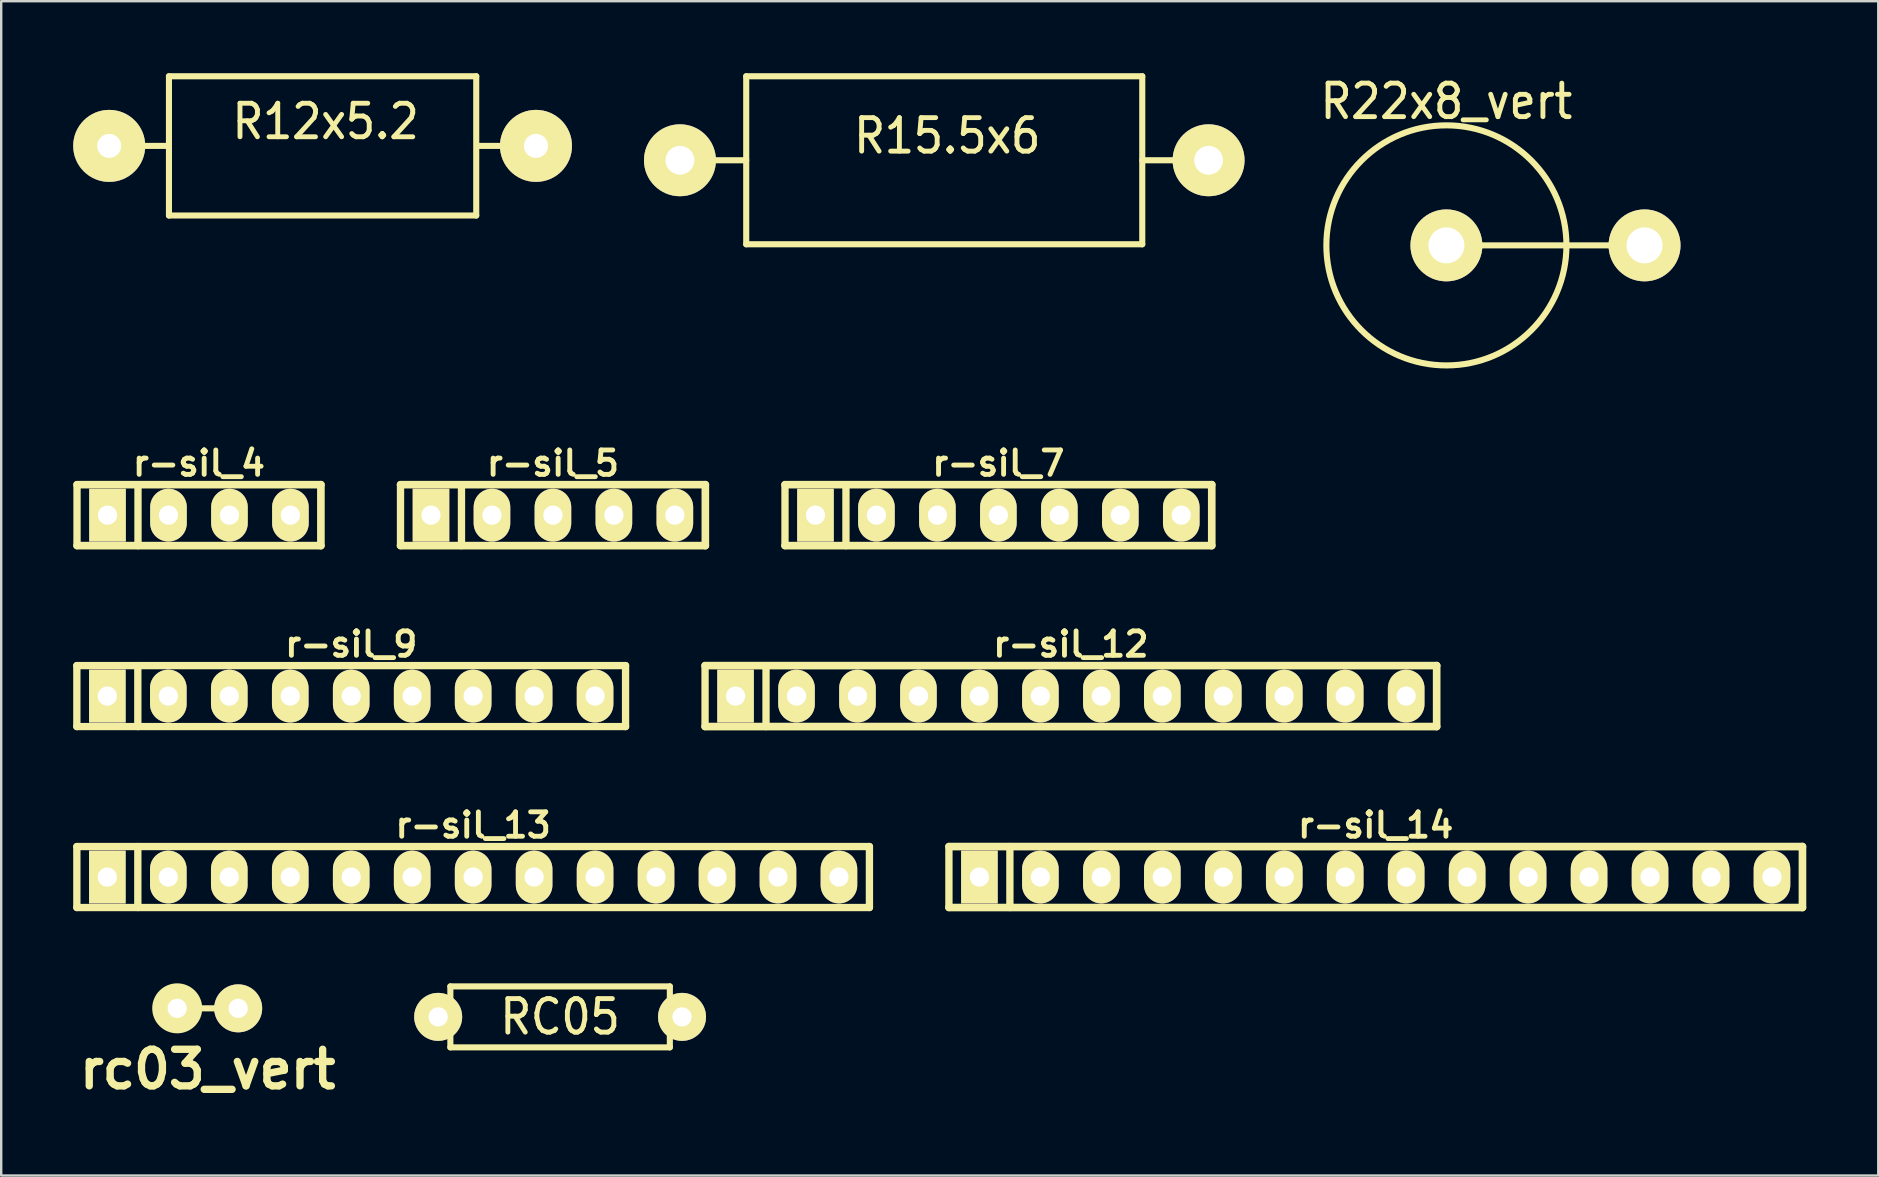
<source format=kicad_pcb>
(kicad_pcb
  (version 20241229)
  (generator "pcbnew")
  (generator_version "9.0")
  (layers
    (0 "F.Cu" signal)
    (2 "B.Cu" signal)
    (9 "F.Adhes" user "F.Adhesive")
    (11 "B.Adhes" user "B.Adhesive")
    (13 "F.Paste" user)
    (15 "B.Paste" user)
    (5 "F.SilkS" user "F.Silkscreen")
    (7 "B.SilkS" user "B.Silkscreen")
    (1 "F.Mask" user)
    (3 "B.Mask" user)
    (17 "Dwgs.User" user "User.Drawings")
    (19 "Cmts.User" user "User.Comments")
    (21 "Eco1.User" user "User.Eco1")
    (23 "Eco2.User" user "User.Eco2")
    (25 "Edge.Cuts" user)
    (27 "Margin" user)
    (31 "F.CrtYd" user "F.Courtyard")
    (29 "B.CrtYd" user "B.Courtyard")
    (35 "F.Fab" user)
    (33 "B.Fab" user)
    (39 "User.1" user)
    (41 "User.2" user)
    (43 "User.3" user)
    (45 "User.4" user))
  (footprint "r-sil_4"
    (layer "F.Cu")
    (at 5.239 18.412)
    (property "Reference" "r-sil_4" (at 0 -2.159 0) (layer "F.SilkS") (effects (font (size 1.016 1.016) (thickness 0.203))))
    (attr through_hole)
    (fp_line (start -5.08 -1.27) (end 5.08 -1.27) (stroke (width 0.318) (type solid)) (layer "F.SilkS"))
    (fp_line (start -5.08 1.27) (end -5.08 -1.27) (stroke (width 0.305) (type solid)) (layer "F.SilkS"))
    (fp_line (start -2.54 -1.27) (end -2.54 1.27) (stroke (width 0.305) (type solid)) (layer "F.SilkS"))
    (fp_line (start 5.08 -1.27) (end 5.08 1.27) (stroke (width 0.318) (type solid)) (layer "F.SilkS"))
    (fp_line (start 5.08 1.27) (end -5.08 1.27) (stroke (width 0.318) (type solid)) (layer "F.SilkS"))
    (pad "1" thru_hole rect (at -3.81 0) (size 1.524 2.197) (drill 0.8) (layers "*.Cu" "*.Mask" "F.SilkS"))
    (pad "2" thru_hole oval (at -1.27 0) (size 1.524 2.197) (drill 0.8) (layers "*.Cu" "*.Mask" "F.SilkS"))
    (pad "3" thru_hole oval (at 1.27 0) (size 1.524 2.197) (drill 0.8) (layers "*.Cu" "*.Mask" "F.SilkS"))
    (pad "4" thru_hole oval (at 3.81 0) (size 1.524 2.197) (drill 0.8) (layers "*.Cu" "*.Mask" "F.SilkS")))
  (footprint "R22x8_vert"
    (layer "F.Cu")
    (at 57.21 7.173)
    (property "Reference" "R22x8_vert" (at 0 -5.999 0) (layer "F.SilkS") (effects (font (size 1.397 1.27) (thickness 0.203))))
    (attr through_hole)
    (fp_line (start 0 0) (end 8.301 0) (stroke (width 0.254) (type solid)) (layer "F.SilkS"))
    (fp_circle (center 0 0) (end -5.001 0) (stroke (width 0.254) (type solid)) (fill no) (layer "F.SilkS"))
    (pad "1" thru_hole circle (at 0 0) (size 2.997 2.997) (drill 1.499) (layers "*.Cu" "*.Mask" "F.SilkS"))
    (pad "2" thru_hole circle (at 8.255 0) (size 2.997 2.997) (drill 1.499) (layers "*.Cu" "*.Mask" "F.SilkS")))
  (footprint "R15.5x6"
    (layer "F.Cu")
    (at 36.289 3.627)
    (property "Reference" "R15.5x6" (at 0.127 -1.016 0) (layer "F.SilkS") (effects (font (size 1.397 1.27) (thickness 0.203))))
    (attr through_hole)
    (fp_line (start -8.25 -3.5) (end -8.25 3.5) (stroke (width 0.254) (type solid)) (layer "F.SilkS"))
    (fp_line (start -8.25 0) (end -11.001 0) (stroke (width 0.254) (type solid)) (layer "F.SilkS"))
    (fp_line (start -8.25 3.5) (end 8.25 3.5) (stroke (width 0.254) (type solid)) (layer "F.SilkS"))
    (fp_line (start 8.25 -3.5) (end -8.25 -3.5) (stroke (width 0.254) (type solid)) (layer "F.SilkS"))
    (fp_line (start 8.25 0) (end 11.001 0) (stroke (width 0.254) (type solid)) (layer "F.SilkS"))
    (fp_line (start 8.25 3.5) (end 8.25 -3.5) (stroke (width 0.254) (type solid)) (layer "F.SilkS"))
    (pad "1" thru_hole circle (at -11.011 0) (size 2.997 2.997) (drill 1.199) (layers "*.Cu" "*.Mask" "F.SilkS"))
    (pad "2" thru_hole circle (at 11.013 0) (size 2.997 2.997) (drill 1.199) (layers "*.Cu" "*.Mask" "F.SilkS")))
  (footprint "r-sil_13"
    (layer "F.Cu")
    (at 16.662 33.489)
    (property "Reference" "r-sil_13" (at 0 -2.159 0) (layer "F.SilkS") (effects (font (size 1.016 1.016) (thickness 0.203))))
    (attr through_hole)
    (fp_line (start -16.51 -1.27) (end 16.51 -1.27) (stroke (width 0.305) (type solid)) (layer "F.SilkS"))
    (fp_line (start -16.51 1.27) (end -16.51 -1.27) (stroke (width 0.305) (type solid)) (layer "F.SilkS"))
    (fp_line (start -13.97 -1.27) (end -13.97 1.27) (stroke (width 0.305) (type solid)) (layer "F.SilkS"))
    (fp_line (start 16.51 -1.27) (end 16.51 1.27) (stroke (width 0.305) (type solid)) (layer "F.SilkS"))
    (fp_line (start 16.51 1.27) (end -16.51 1.27) (stroke (width 0.305) (type solid)) (layer "F.SilkS"))
    (pad "1" thru_hole rect (at -15.24 0) (size 1.524 2.197) (drill 0.8) (layers "*.Cu" "*.Mask" "F.SilkS"))
    (pad "2" thru_hole oval (at -12.7 0) (size 1.524 2.197) (drill 0.8) (layers "*.Cu" "*.Mask" "F.SilkS"))
    (pad "3" thru_hole oval (at -10.16 0) (size 1.524 2.197) (drill 0.8) (layers "*.Cu" "*.Mask" "F.SilkS"))
    (pad "4" thru_hole oval (at -7.62 0) (size 1.524 2.197) (drill 0.8) (layers "*.Cu" "*.Mask" "F.SilkS"))
    (pad "5" thru_hole oval (at -5.08 0) (size 1.524 2.197) (drill 0.8) (layers "*.Cu" "*.Mask" "F.SilkS"))
    (pad "6" thru_hole oval (at -2.54 0) (size 1.524 2.197) (drill 0.8) (layers "*.Cu" "*.Mask" "F.SilkS"))
    (pad "7" thru_hole oval (at 0 0) (size 1.524 2.197) (drill 0.8) (layers "*.Cu" "*.Mask" "F.SilkS"))
    (pad "8" thru_hole oval (at 2.54 0) (size 1.524 2.197) (drill 0.8) (layers "*.Cu" "*.Mask" "F.SilkS"))
    (pad "9" thru_hole oval (at 5.08 0) (size 1.524 2.197) (drill 0.8) (layers "*.Cu" "*.Mask" "F.SilkS"))
    (pad "10" thru_hole oval (at 7.62 0) (size 1.524 2.197) (drill 0.8) (layers "*.Cu" "*.Mask" "F.SilkS"))
    (pad "11" thru_hole oval (at 10.16 0) (size 1.524 2.197) (drill 0.8) (layers "*.Cu" "*.Mask" "F.SilkS"))
    (pad "12" thru_hole oval (at 12.7 0) (size 1.524 2.197) (drill 0.8) (layers "*.Cu" "*.Mask" "F.SilkS"))
    (pad "13" thru_hole oval (at 15.24 0) (size 1.524 2.197) (drill 0.8) (layers "*.Cu" "*.Mask" "F.SilkS")))
  (footprint "r-sil_12"
    (layer "F.Cu")
    (at 41.564 25.95)
    (property "Reference" "r-sil_12" (at 0 -2.159 0) (layer "F.SilkS") (effects (font (size 1.016 1.016) (thickness 0.203))))
    (attr through_hole)
    (fp_line (start -15.24 -1.27) (end 15.24 -1.27) (stroke (width 0.318) (type solid)) (layer "F.SilkS"))
    (fp_line (start -15.24 1.27) (end -15.24 -1.27) (stroke (width 0.305) (type solid)) (layer "F.SilkS"))
    (fp_line (start -12.7 -1.27) (end -12.7 1.27) (stroke (width 0.305) (type solid)) (layer "F.SilkS"))
    (fp_line (start 15.24 -1.27) (end 15.24 1.27) (stroke (width 0.318) (type solid)) (layer "F.SilkS"))
    (fp_line (start 15.24 1.27) (end -15.24 1.27) (stroke (width 0.318) (type solid)) (layer "F.SilkS"))
    (pad "1" thru_hole rect (at -13.97 0) (size 1.524 2.197) (drill 0.8) (layers "*.Cu" "*.Mask" "F.SilkS"))
    (pad "2" thru_hole oval (at -11.43 0) (size 1.524 2.197) (drill 0.8) (layers "*.Cu" "*.Mask" "F.SilkS"))
    (pad "3" thru_hole oval (at -8.89 0) (size 1.524 2.197) (drill 0.8) (layers "*.Cu" "*.Mask" "F.SilkS"))
    (pad "4" thru_hole oval (at -6.35 0) (size 1.524 2.197) (drill 0.8) (layers "*.Cu" "*.Mask" "F.SilkS"))
    (pad "5" thru_hole oval (at -3.81 0) (size 1.524 2.197) (drill 0.8) (layers "*.Cu" "*.Mask" "F.SilkS"))
    (pad "6" thru_hole oval (at -1.27 0) (size 1.524 2.197) (drill 0.8) (layers "*.Cu" "*.Mask" "F.SilkS"))
    (pad "7" thru_hole oval (at 1.27 0) (size 1.524 2.197) (drill 0.8) (layers "*.Cu" "*.Mask" "F.SilkS"))
    (pad "8" thru_hole oval (at 3.81 0) (size 1.524 2.197) (drill 0.8) (layers "*.Cu" "*.Mask" "F.SilkS"))
    (pad "9" thru_hole oval (at 6.35 0) (size 1.524 2.197) (drill 0.8) (layers "*.Cu" "*.Mask" "F.SilkS"))
    (pad "10" thru_hole oval (at 8.89 0) (size 1.524 2.197) (drill 0.8) (layers "*.Cu" "*.Mask" "F.SilkS"))
    (pad "11" thru_hole oval (at 11.43 0) (size 1.524 2.197) (drill 0.8) (layers "*.Cu" "*.Mask" "F.SilkS"))
    (pad "12" thru_hole oval (at 13.97 0) (size 1.524 2.197) (drill 0.8) (layers "*.Cu" "*.Mask" "F.SilkS")))
  (footprint "R12x5.2"
    (layer "F.Cu")
    (at 10.39 3.028)
    (property "Reference" "R12x5.2" (at 0.127 -1.016 0) (layer "F.SilkS") (effects (font (size 1.397 1.27) (thickness 0.203))))
    (attr through_hole)
    (fp_line (start -6.452 0) (end -9.202 0) (stroke (width 0.254) (type solid)) (layer "F.SilkS"))
    (fp_line (start -6.401 -2.901) (end -6.401 2.901) (stroke (width 0.254) (type solid)) (layer "F.SilkS"))
    (fp_line (start -6.401 2.901) (end 6.401 2.901) (stroke (width 0.254) (type solid)) (layer "F.SilkS"))
    (fp_line (start 6.401 -2.901) (end -6.401 -2.901) (stroke (width 0.254) (type solid)) (layer "F.SilkS"))
    (fp_line (start 6.401 2.901) (end 6.401 -2.901) (stroke (width 0.254) (type solid)) (layer "F.SilkS"))
    (fp_line (start 6.452 0) (end 9.202 0) (stroke (width 0.254) (type solid)) (layer "F.SilkS"))
    (pad "1" thru_hole circle (at -8.89 0) (size 3 3) (drill 1.001) (layers "*.Cu" "*.Mask" "F.SilkS"))
    (pad "2" thru_hole circle (at 8.89 0) (size 3 3) (drill 1.001) (layers "*.Cu" "*.Mask" "F.SilkS")))
  (footprint "r-sil_14"
    (layer "F.Cu")
    (at 54.264 33.489)
    (property "Reference" "r-sil_14" (at 0 -2.159 0) (layer "F.SilkS") (effects (font (size 1.016 1.016) (thickness 0.203))))
    (attr through_hole)
    (fp_line (start -17.78 -1.27) (end -17.78 1.27) (stroke (width 0.305) (type solid)) (layer "F.SilkS"))
    (fp_line (start -17.78 -1.27) (end 17.78 -1.27) (stroke (width 0.318) (type solid)) (layer "F.SilkS"))
    (fp_line (start -15.24 1.27) (end -15.24 -1.27) (stroke (width 0.305) (type solid)) (layer "F.SilkS"))
    (fp_line (start 17.78 -1.27) (end 17.78 1.27) (stroke (width 0.318) (type solid)) (layer "F.SilkS"))
    (fp_line (start 17.78 1.27) (end -17.78 1.27) (stroke (width 0.318) (type solid)) (layer "F.SilkS"))
    (pad "1" thru_hole rect (at -16.51 0) (size 1.524 2.197) (drill 0.8) (layers "*.Cu" "*.Mask" "F.SilkS"))
    (pad "2" thru_hole oval (at -13.97 0) (size 1.524 2.197) (drill 0.8) (layers "*.Cu" "*.Mask" "F.SilkS"))
    (pad "3" thru_hole oval (at -11.43 0) (size 1.524 2.197) (drill 0.8) (layers "*.Cu" "*.Mask" "F.SilkS"))
    (pad "4" thru_hole oval (at -8.89 0) (size 1.524 2.197) (drill 0.8) (layers "*.Cu" "*.Mask" "F.SilkS"))
    (pad "5" thru_hole oval (at -6.35 0) (size 1.524 2.197) (drill 0.8) (layers "*.Cu" "*.Mask" "F.SilkS"))
    (pad "6" thru_hole oval (at -3.81 0) (size 1.524 2.197) (drill 0.8) (layers "*.Cu" "*.Mask" "F.SilkS"))
    (pad "7" thru_hole oval (at -1.27 0) (size 1.524 2.197) (drill 0.8) (layers "*.Cu" "*.Mask" "F.SilkS"))
    (pad "8" thru_hole oval (at 1.27 0) (size 1.524 2.197) (drill 0.8) (layers "*.Cu" "*.Mask" "F.SilkS"))
    (pad "9" thru_hole oval (at 3.81 0) (size 1.524 2.197) (drill 0.8) (layers "*.Cu" "*.Mask" "F.SilkS"))
    (pad "10" thru_hole oval (at 6.35 0) (size 1.524 2.197) (drill 0.8) (layers "*.Cu" "*.Mask" "F.SilkS"))
    (pad "11" thru_hole oval (at 8.89 0) (size 1.524 2.197) (drill 0.8) (layers "*.Cu" "*.Mask" "F.SilkS"))
    (pad "12" thru_hole oval (at 11.43 0) (size 1.524 2.197) (drill 0.8) (layers "*.Cu" "*.Mask" "F.SilkS"))
    (pad "13" thru_hole oval (at 13.97 0) (size 1.524 2.197) (drill 0.8) (layers "*.Cu" "*.Mask" "F.SilkS"))
    (pad "14" thru_hole oval (at 16.51 0) (size 1.524 2.197) (drill 0.8) (layers "*.Cu" "*.Mask" "F.SilkS")))
  (footprint "rc03_vert"
    (layer "F.Cu")
    (at 5.603 38.959)
    (property "Reference" "rc03_vert" (at 0 2.54 0) (layer "F.SilkS") (effects (font (size 1.524 1.524) (thickness 0.305))))
    (attr through_hole)
    (fp_line (start -1.27 0) (end 1.27 0) (stroke (width 0.254) (type solid)) (layer "F.SilkS"))
    (fp_circle (center -1.27 0) (end -2.159 0) (stroke (width 0.305) (type solid)) (fill no) (layer "F.SilkS"))
    (pad "1" thru_hole circle (at -1.27 0) (size 1.999 1.999) (drill 0.8) (layers "*.Cu" "*.Mask" "F.SilkS"))
    (pad "2" thru_hole circle (at 1.27 0) (size 1.999 1.999) (drill 0.8) (layers "*.Cu" "*.Mask" "F.SilkS")))
  (footprint "r-sil_5"
    (layer "F.Cu")
    (at 19.986 18.412)
    (property "Reference" "r-sil_5" (at 0 -2.159 0) (layer "F.SilkS") (effects (font (size 1.016 1.016) (thickness 0.203))))
    (attr through_hole)
    (fp_line (start -6.35 -1.27) (end 6.35 -1.27) (stroke (width 0.318) (type solid)) (layer "F.SilkS"))
    (fp_line (start -6.35 1.27) (end -6.35 -1.27) (stroke (width 0.305) (type solid)) (layer "F.SilkS"))
    (fp_line (start -3.81 -1.27) (end -3.81 1.27) (stroke (width 0.305) (type solid)) (layer "F.SilkS"))
    (fp_line (start 6.35 -1.27) (end 6.35 1.27) (stroke (width 0.318) (type solid)) (layer "F.SilkS"))
    (fp_line (start 6.35 1.27) (end -6.35 1.27) (stroke (width 0.318) (type solid)) (layer "F.SilkS"))
    (pad "1" thru_hole rect (at -5.08 0) (size 1.524 2.2) (drill 0.8) (layers "*.Cu" "*.Mask" "F.SilkS"))
    (pad "2" thru_hole oval (at -2.54 0) (size 1.524 2.2) (drill 0.8) (layers "*.Cu" "*.Mask" "F.SilkS"))
    (pad "3" thru_hole oval (at 0 0) (size 1.524 2.2) (drill 0.8) (layers "*.Cu" "*.Mask" "F.SilkS"))
    (pad "4" thru_hole oval (at 2.54 0) (size 1.524 2.2) (drill 0.8) (layers "*.Cu" "*.Mask" "F.SilkS"))
    (pad "5" thru_hole oval (at 5.08 0) (size 1.524 2.2) (drill 0.8) (layers "*.Cu" "*.Mask" "F.SilkS")))
  (footprint "RC05"
    (layer "F.Cu")
    (at 20.285 39.315)
    (property "Reference" "RC05" (at 0 0 0) (layer "F.SilkS") (effects (font (size 1.397 1.27) (thickness 0.203))))
    (attr through_hole)
    (fp_line (start -5.08 0) (end -4.572 0) (stroke (width 0.305) (type solid)) (layer "F.SilkS"))
    (fp_line (start -4.572 -1.27) (end 4.572 -1.27) (stroke (width 0.254) (type solid)) (layer "F.SilkS"))
    (fp_line (start -4.572 1.27) (end -4.572 -1.27) (stroke (width 0.254) (type solid)) (layer "F.SilkS"))
    (fp_line (start 4.572 -1.27) (end 4.572 1.27) (stroke (width 0.254) (type solid)) (layer "F.SilkS"))
    (fp_line (start 4.572 1.27) (end -4.572 1.27) (stroke (width 0.254) (type solid)) (layer "F.SilkS"))
    (fp_line (start 5.08 0) (end 4.572 0) (stroke (width 0.305) (type solid)) (layer "F.SilkS"))
    (pad "1" thru_hole circle (at -5.08 0) (size 1.999 1.999) (drill 0.8) (layers "*.Cu" "*.Mask" "F.SilkS"))
    (pad "2" thru_hole circle (at 5.08 0) (size 1.999 1.999) (drill 0.8) (layers "*.Cu" "*.Mask" "F.SilkS")))
  (footprint "r-sil_9"
    (layer "F.Cu")
    (at 11.582 25.95)
    (property "Reference" "r-sil_9" (at 0 -2.159 0) (layer "F.SilkS") (effects (font (size 1.016 1.016) (thickness 0.203))))
    (attr through_hole)
    (fp_line (start -11.43 -1.27) (end 11.43 -1.27) (stroke (width 0.305) (type solid)) (layer "F.SilkS"))
    (fp_line (start -11.43 1.27) (end -11.43 -1.27) (stroke (width 0.305) (type solid)) (layer "F.SilkS"))
    (fp_line (start -8.89 -1.27) (end -8.89 1.27) (stroke (width 0.305) (type solid)) (layer "F.SilkS"))
    (fp_line (start 11.43 -1.27) (end 11.43 1.27) (stroke (width 0.305) (type solid)) (layer "F.SilkS"))
    (fp_line (start 11.43 1.27) (end -11.43 1.27) (stroke (width 0.305) (type solid)) (layer "F.SilkS"))
    (pad "1" thru_hole rect (at -10.16 0) (size 1.524 2.2) (drill 0.8) (layers "*.Cu" "*.Mask" "F.SilkS"))
    (pad "2" thru_hole oval (at -7.62 0) (size 1.524 2.2) (drill 0.8) (layers "*.Cu" "*.Mask" "F.SilkS"))
    (pad "3" thru_hole oval (at -5.08 0) (size 1.524 2.2) (drill 0.8) (layers "*.Cu" "*.Mask" "F.SilkS"))
    (pad "4" thru_hole oval (at -2.54 0) (size 1.524 2.2) (drill 0.8) (layers "*.Cu" "*.Mask" "F.SilkS"))
    (pad "5" thru_hole oval (at 0 0) (size 1.524 2.2) (drill 0.8) (layers "*.Cu" "*.Mask" "F.SilkS"))
    (pad "6" thru_hole oval (at 2.54 0) (size 1.524 2.2) (drill 0.8) (layers "*.Cu" "*.Mask" "F.SilkS"))
    (pad "7" thru_hole oval (at 5.08 0) (size 1.524 2.2) (drill 0.8) (layers "*.Cu" "*.Mask" "F.SilkS"))
    (pad "8" thru_hole oval (at 7.62 0) (size 1.524 2.2) (drill 0.8) (layers "*.Cu" "*.Mask" "F.SilkS"))
    (pad "9" thru_hole oval (at 10.16 0) (size 1.524 2.2) (drill 0.8) (layers "*.Cu" "*.Mask" "F.SilkS")))
  (footprint "r-sil_7"
    (layer "F.Cu")
    (at 38.544 18.412)
    (property "Reference" "r-sil_7" (at 0 -2.159 0) (layer "F.SilkS") (effects (font (size 1.016 1.016) (thickness 0.203))))
    (attr through_hole)
    (fp_line (start -8.89 -1.27) (end 8.89 -1.27) (stroke (width 0.318) (type solid)) (layer "F.SilkS"))
    (fp_line (start -8.89 1.27) (end -8.89 -1.27) (stroke (width 0.305) (type solid)) (layer "F.SilkS"))
    (fp_line (start -6.35 -1.27) (end -6.35 1.27) (stroke (width 0.305) (type solid)) (layer "F.SilkS"))
    (fp_line (start 8.89 -1.27) (end 8.89 1.27) (stroke (width 0.318) (type solid)) (layer "F.SilkS"))
    (fp_line (start 8.89 1.27) (end -8.89 1.27) (stroke (width 0.318) (type solid)) (layer "F.SilkS"))
    (pad "1" thru_hole rect (at -7.62 0) (size 1.524 2.197) (drill 0.8) (layers "*.Cu" "*.Mask" "F.SilkS"))
    (pad "2" thru_hole oval (at -5.08 0) (size 1.524 2.197) (drill 0.8) (layers "*.Cu" "*.Mask" "F.SilkS"))
    (pad "3" thru_hole oval (at -2.54 0) (size 1.524 2.197) (drill 0.8) (layers "*.Cu" "*.Mask" "F.SilkS"))
    (pad "4" thru_hole oval (at 0 0) (size 1.524 2.197) (drill 0.8) (layers "*.Cu" "*.Mask" "F.SilkS"))
    (pad "5" thru_hole oval (at 2.54 0) (size 1.524 2.197) (drill 0.8) (layers "*.Cu" "*.Mask" "F.SilkS"))
    (pad "6" thru_hole oval (at 5.08 0) (size 1.524 2.197) (drill 0.8) (layers "*.Cu" "*.Mask" "F.SilkS"))
    (pad "7" thru_hole oval (at 7.62 0) (size 1.524 2.197) (drill 0.8) (layers "*.Cu" "*.Mask" "F.SilkS")))
  (gr_rect
    (start -3 -3)
    (end 75.202 45.926)
    (stroke (width 0.1) (type default))
    (fill no)
    (layer "Edge.Cuts")))
</source>
